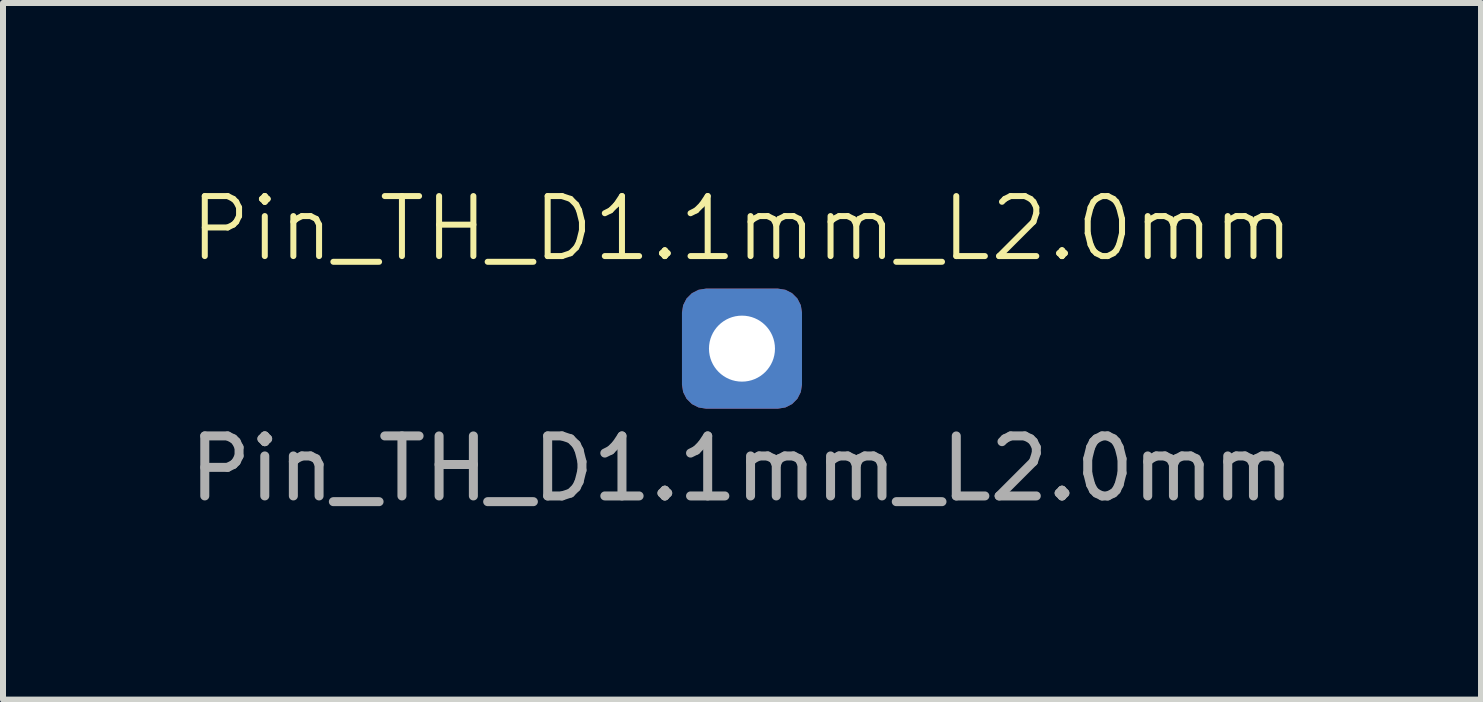
<source format=kicad_pcb>
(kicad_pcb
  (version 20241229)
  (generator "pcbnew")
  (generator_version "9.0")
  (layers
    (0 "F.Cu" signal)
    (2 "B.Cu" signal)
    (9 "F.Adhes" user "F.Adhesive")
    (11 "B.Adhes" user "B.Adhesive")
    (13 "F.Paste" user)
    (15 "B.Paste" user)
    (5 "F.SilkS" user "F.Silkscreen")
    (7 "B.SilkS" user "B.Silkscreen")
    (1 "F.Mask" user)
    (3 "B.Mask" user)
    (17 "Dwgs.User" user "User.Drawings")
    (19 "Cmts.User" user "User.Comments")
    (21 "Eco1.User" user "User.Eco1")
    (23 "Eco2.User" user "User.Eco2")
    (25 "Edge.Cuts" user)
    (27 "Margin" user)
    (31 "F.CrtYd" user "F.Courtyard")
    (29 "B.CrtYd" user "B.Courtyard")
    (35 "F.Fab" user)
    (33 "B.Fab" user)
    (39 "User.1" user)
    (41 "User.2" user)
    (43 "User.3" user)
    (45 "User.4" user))
  (footprint "Pin_TH_D1.1mm_L2.0mm"
    (layer "F.Cu")
    (at 9.315 2.76)
    (property "Reference" "Pin_TH_D1.1mm_L2.0mm" (at 0 -2 0) (unlocked yes) (layer "F.SilkS") (effects (font (size 1 1) (thickness 0.1))))
    (attr through_hole)
    (fp_text user "${REFERENCE}" (at 0 2 0) (unlocked yes) (layer "F.Fab") (effects (font (size 1 1) (thickness 0.15))))
    (pad "1" thru_hole roundrect (at 0 0) (size 2 2) (drill 1.1) (layers "*.Cu" "*.Mask") (roundrect_rratio 0.2)))
  (gr_rect
    (start -3 -3)
    (end 21.631 8.609)
    (stroke (width 0.1) (type default))
    (fill no)
    (layer "Edge.Cuts")))
</source>
